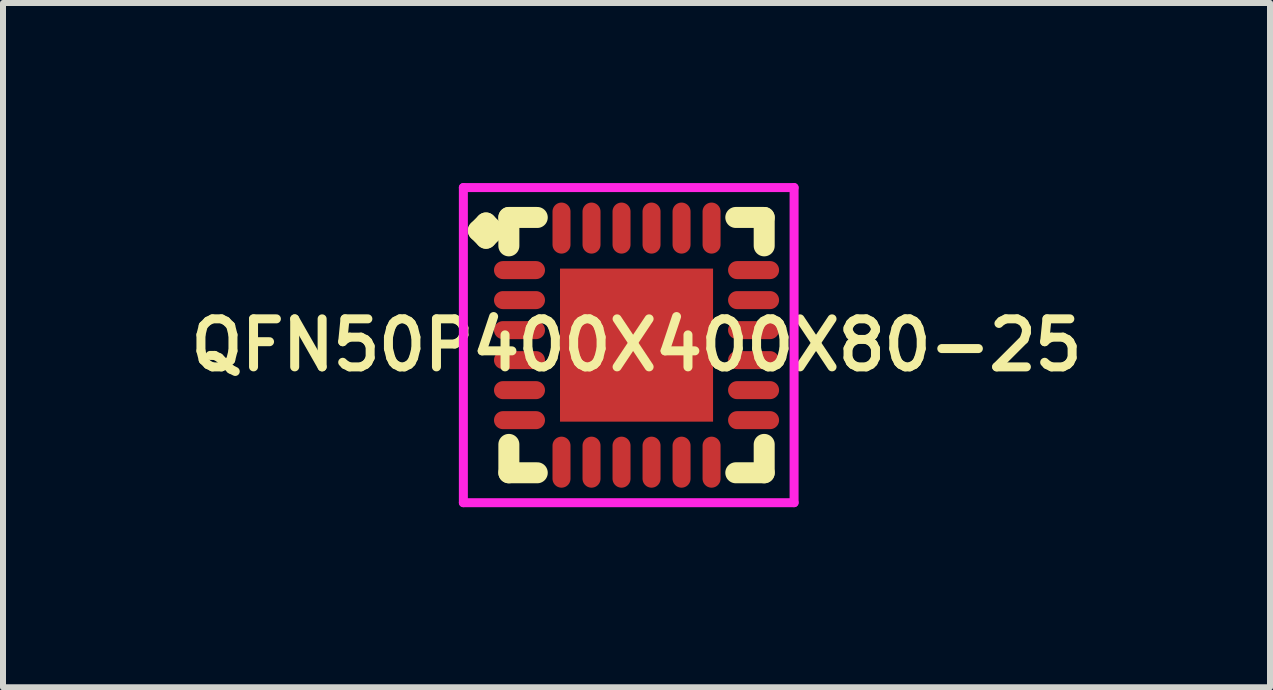
<source format=kicad_pcb>
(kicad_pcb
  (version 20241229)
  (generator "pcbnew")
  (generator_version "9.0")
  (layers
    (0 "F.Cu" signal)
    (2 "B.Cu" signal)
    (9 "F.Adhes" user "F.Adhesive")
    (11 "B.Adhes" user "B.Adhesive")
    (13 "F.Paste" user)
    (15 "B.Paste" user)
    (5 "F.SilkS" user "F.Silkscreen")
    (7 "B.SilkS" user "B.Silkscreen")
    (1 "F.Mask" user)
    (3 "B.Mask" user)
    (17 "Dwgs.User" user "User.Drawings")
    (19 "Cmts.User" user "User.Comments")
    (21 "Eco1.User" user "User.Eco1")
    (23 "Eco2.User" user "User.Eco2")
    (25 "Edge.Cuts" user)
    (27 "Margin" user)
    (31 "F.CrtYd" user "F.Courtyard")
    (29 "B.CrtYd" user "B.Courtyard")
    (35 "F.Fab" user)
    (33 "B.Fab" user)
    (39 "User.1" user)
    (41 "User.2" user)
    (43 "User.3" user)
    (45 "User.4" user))
  (footprint "QFN50P400X400X80-25"
    (layer "F.Cu")
    (at 7.555 2.7)
    (property "Reference" "QFN50P400X400X80-25" (at 0 0 0) (layer "F.SilkS") (effects (font (size 0.8 0.8) (thickness 0.15))))
    (attr smd)
    (fp_line (start -2.635 -1.908) (end -2.508 -2.035) (stroke (width 0.35) (type solid)) (layer "F.SilkS"))
    (fp_line (start -2.508 -2.035) (end -2.381 -1.908) (stroke (width 0.35) (type solid)) (layer "F.SilkS"))
    (fp_line (start -2.508 -1.781) (end -2.635 -1.908) (stroke (width 0.35) (type solid)) (layer "F.SilkS"))
    (fp_line (start -2.381 -1.908) (end -2.508 -1.781) (stroke (width 0.35) (type solid)) (layer "F.SilkS"))
    (fp_line (start -2.127 -2.127) (end -1.654 -2.127) (stroke (width 0.35) (type solid)) (layer "F.SilkS"))
    (fp_line (start -2.127 -1.654) (end -2.127 -2.127) (stroke (width 0.35) (type solid)) (layer "F.SilkS"))
    (fp_line (start -2.127 1.654) (end -2.127 2.127) (stroke (width 0.35) (type solid)) (layer "F.SilkS"))
    (fp_line (start -2.127 2.127) (end -1.654 2.127) (stroke (width 0.35) (type solid)) (layer "F.SilkS"))
    (fp_line (start 1.654 -2.127) (end 2.127 -2.127) (stroke (width 0.35) (type solid)) (layer "F.SilkS"))
    (fp_line (start 1.654 2.127) (end 2.127 2.127) (stroke (width 0.35) (type solid)) (layer "F.SilkS"))
    (fp_line (start 2.127 -2.127) (end 2.127 -1.654) (stroke (width 0.35) (type solid)) (layer "F.SilkS"))
    (fp_line (start 2.127 2.127) (end 2.127 1.654) (stroke (width 0.35) (type solid)) (layer "F.SilkS"))
    (fp_line (start -2.885 -2.625) (end 2.625 -2.625) (stroke (width 0.15) (type solid)) (layer "F.CrtYd"))
    (fp_line (start -2.885 2.625) (end -2.885 -2.625) (stroke (width 0.15) (type solid)) (layer "F.CrtYd"))
    (fp_line (start 2.625 -2.625) (end 2.625 2.625) (stroke (width 0.15) (type solid)) (layer "F.CrtYd"))
    (fp_line (start 2.625 2.625) (end -2.885 2.625) (stroke (width 0.15) (type solid)) (layer "F.CrtYd"))
    (pad "1" smd oval (at -1.95 -1.25) (size 0.85 0.3) (layers "F.Cu" "F.Mask" "F.Paste"))
    (pad "2" smd oval (at -1.95 -0.75) (size 0.85 0.3) (layers "F.Cu" "F.Mask" "F.Paste"))
    (pad "3" smd oval (at -1.95 -0.25) (size 0.85 0.3) (layers "F.Cu" "F.Mask" "F.Paste"))
    (pad "4" smd oval (at -1.95 0.25) (size 0.85 0.3) (layers "F.Cu" "F.Mask" "F.Paste"))
    (pad "5" smd oval (at -1.95 0.75) (size 0.85 0.3) (layers "F.Cu" "F.Mask" "F.Paste"))
    (pad "6" smd oval (at -1.95 1.25) (size 0.85 0.3) (layers "F.Cu" "F.Mask" "F.Paste"))
    (pad "7" smd oval (at -1.25 1.95) (size 0.3 0.85) (layers "F.Cu" "F.Mask" "F.Paste"))
    (pad "8" smd oval (at -0.75 1.95) (size 0.3 0.85) (layers "F.Cu" "F.Mask" "F.Paste"))
    (pad "9" smd oval (at -0.25 1.95) (size 0.3 0.85) (layers "F.Cu" "F.Mask" "F.Paste"))
    (pad "10" smd oval (at 0.25 1.95) (size 0.3 0.85) (layers "F.Cu" "F.Mask" "F.Paste"))
    (pad "11" smd oval (at 0.75 1.95) (size 0.3 0.85) (layers "F.Cu" "F.Mask" "F.Paste"))
    (pad "12" smd oval (at 1.25 1.95) (size 0.3 0.85) (layers "F.Cu" "F.Mask" "F.Paste"))
    (pad "13" smd oval (at 1.95 1.25) (size 0.85 0.3) (layers "F.Cu" "F.Mask" "F.Paste"))
    (pad "14" smd oval (at 1.95 0.75) (size 0.85 0.3) (layers "F.Cu" "F.Mask" "F.Paste"))
    (pad "15" smd oval (at 1.95 0.25) (size 0.85 0.3) (layers "F.Cu" "F.Mask" "F.Paste"))
    (pad "16" smd oval (at 1.95 -0.25) (size 0.85 0.3) (layers "F.Cu" "F.Mask" "F.Paste"))
    (pad "17" smd oval (at 1.95 -0.75) (size 0.85 0.3) (layers "F.Cu" "F.Mask" "F.Paste"))
    (pad "18" smd oval (at 1.95 -1.25) (size 0.85 0.3) (layers "F.Cu" "F.Mask" "F.Paste"))
    (pad "19" smd oval (at 1.25 -1.95) (size 0.3 0.85) (layers "F.Cu" "F.Mask" "F.Paste"))
    (pad "20" smd oval (at 0.75 -1.95) (size 0.3 0.85) (layers "F.Cu" "F.Mask" "F.Paste"))
    (pad "21" smd oval (at 0.25 -1.95) (size 0.3 0.85) (layers "F.Cu" "F.Mask" "F.Paste"))
    (pad "22" smd oval (at -0.25 -1.95) (size 0.3 0.85) (layers "F.Cu" "F.Mask" "F.Paste"))
    (pad "23" smd oval (at -0.75 -1.95) (size 0.3 0.85) (layers "F.Cu" "F.Mask" "F.Paste"))
    (pad "24" smd oval (at -1.25 -1.95) (size 0.3 0.85) (layers "F.Cu" "F.Mask" "F.Paste"))
    (pad "25" smd rect (at 0 0) (size 2.55 2.55) (layers "F.Cu" "F.Mask" "F.Paste")))
  (gr_rect
    (start -3 -3)
    (end 18.109 8.4)
    (stroke (width 0.1) (type default))
    (fill no)
    (layer "Edge.Cuts")))
</source>
